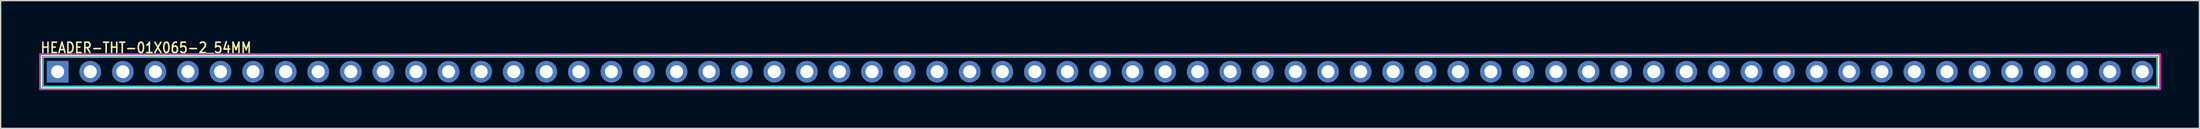
<source format=kicad_pcb>
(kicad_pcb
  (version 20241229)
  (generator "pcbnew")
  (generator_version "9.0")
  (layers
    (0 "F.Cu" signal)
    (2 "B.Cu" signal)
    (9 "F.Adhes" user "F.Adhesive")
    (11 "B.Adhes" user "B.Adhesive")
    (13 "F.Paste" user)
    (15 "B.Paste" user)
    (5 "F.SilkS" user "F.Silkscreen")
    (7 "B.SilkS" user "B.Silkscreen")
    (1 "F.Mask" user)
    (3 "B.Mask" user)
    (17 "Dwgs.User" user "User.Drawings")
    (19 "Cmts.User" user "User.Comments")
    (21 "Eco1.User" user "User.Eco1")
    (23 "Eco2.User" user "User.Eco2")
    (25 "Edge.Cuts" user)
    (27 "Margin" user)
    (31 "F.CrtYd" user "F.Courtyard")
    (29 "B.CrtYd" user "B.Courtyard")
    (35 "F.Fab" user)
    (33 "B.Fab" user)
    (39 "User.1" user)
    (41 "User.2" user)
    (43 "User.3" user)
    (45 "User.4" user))
  (footprint "HEADER-THT-01X065-2_54MM"
    (layer "F.Cu")
    (at 1.447 2.579)
    (property "Reference" "HEADER-THT-01X065-2_54MM" (at -1.4 -1.4 0) (unlocked yes) (layer "F.SilkS") (effects (font (size 0.813 0.695) (thickness 0.122)) (justify left bottom)))
    (fp_line (start -1.27 -1.27) (end -1.27 1.27) (stroke (width 0.127) (type solid)) (layer "F.SilkS"))
    (fp_line (start -1.27 1.27) (end 163.83 1.27) (stroke (width 0.127) (type solid)) (layer "F.SilkS"))
    (fp_line (start 163.83 -1.27) (end -1.27 -1.27) (stroke (width 0.127) (type solid)) (layer "F.SilkS"))
    (fp_line (start 163.83 1.27) (end 163.83 -1.27) (stroke (width 0.127) (type solid)) (layer "F.SilkS"))
    (fp_poly (pts (xy -1.143 -1.143) (xy 163.703 -1.143) (xy 163.703 1.143) (xy -1.143 1.143)) (stroke (width 0.1) (type solid)) (fill no) (layer "B.CrtYd"))
    (fp_poly (pts (xy -1.397 -1.397) (xy 163.957 -1.397) (xy 163.957 1.397) (xy -1.397 1.397)) (stroke (width 0.1) (type solid)) (fill no) (layer "F.CrtYd"))
    (pad "1" thru_hole rect (at 0 0) (size 1.693 1.693) (drill 1.016) (layers "*.Cu" "*.Mask"))
    (pad "2" thru_hole oval (at 2.54 0) (size 1.693 1.693) (drill 1.016) (layers "*.Cu" "*.Mask"))
    (pad "3" thru_hole oval (at 5.08 0) (size 1.693 1.693) (drill 1.016) (layers "*.Cu" "*.Mask"))
    (pad "4" thru_hole oval (at 7.62 0) (size 1.693 1.693) (drill 1.016) (layers "*.Cu" "*.Mask"))
    (pad "5" thru_hole oval (at 10.16 0) (size 1.693 1.693) (drill 1.016) (layers "*.Cu" "*.Mask"))
    (pad "6" thru_hole oval (at 12.7 0) (size 1.693 1.693) (drill 1.016) (layers "*.Cu" "*.Mask"))
    (pad "7" thru_hole oval (at 15.24 0) (size 1.693 1.693) (drill 1.016) (layers "*.Cu" "*.Mask"))
    (pad "8" thru_hole oval (at 17.78 0) (size 1.693 1.693) (drill 1.016) (layers "*.Cu" "*.Mask"))
    (pad "9" thru_hole oval (at 20.32 0) (size 1.693 1.693) (drill 1.016) (layers "*.Cu" "*.Mask"))
    (pad "10" thru_hole oval (at 22.86 0) (size 1.693 1.693) (drill 1.016) (layers "*.Cu" "*.Mask"))
    (pad "11" thru_hole oval (at 25.4 0) (size 1.693 1.693) (drill 1.016) (layers "*.Cu" "*.Mask"))
    (pad "12" thru_hole oval (at 27.94 0) (size 1.693 1.693) (drill 1.016) (layers "*.Cu" "*.Mask"))
    (pad "13" thru_hole oval (at 30.48 0) (size 1.693 1.693) (drill 1.016) (layers "*.Cu" "*.Mask"))
    (pad "14" thru_hole oval (at 33.02 0) (size 1.693 1.693) (drill 1.016) (layers "*.Cu" "*.Mask"))
    (pad "15" thru_hole oval (at 35.56 0) (size 1.693 1.693) (drill 1.016) (layers "*.Cu" "*.Mask"))
    (pad "16" thru_hole oval (at 38.1 0) (size 1.693 1.693) (drill 1.016) (layers "*.Cu" "*.Mask"))
    (pad "17" thru_hole oval (at 40.64 0) (size 1.693 1.693) (drill 1.016) (layers "*.Cu" "*.Mask"))
    (pad "18" thru_hole oval (at 43.18 0) (size 1.693 1.693) (drill 1.016) (layers "*.Cu" "*.Mask"))
    (pad "19" thru_hole oval (at 45.72 0) (size 1.693 1.693) (drill 1.016) (layers "*.Cu" "*.Mask"))
    (pad "20" thru_hole oval (at 48.26 0) (size 1.693 1.693) (drill 1.016) (layers "*.Cu" "*.Mask"))
    (pad "21" thru_hole oval (at 50.8 0) (size 1.693 1.693) (drill 1.016) (layers "*.Cu" "*.Mask"))
    (pad "22" thru_hole oval (at 53.34 0) (size 1.693 1.693) (drill 1.016) (layers "*.Cu" "*.Mask"))
    (pad "23" thru_hole oval (at 55.88 0) (size 1.693 1.693) (drill 1.016) (layers "*.Cu" "*.Mask"))
    (pad "24" thru_hole oval (at 58.42 0) (size 1.693 1.693) (drill 1.016) (layers "*.Cu" "*.Mask"))
    (pad "25" thru_hole oval (at 60.96 0) (size 1.693 1.693) (drill 1.016) (layers "*.Cu" "*.Mask"))
    (pad "26" thru_hole oval (at 63.5 0) (size 1.693 1.693) (drill 1.016) (layers "*.Cu" "*.Mask"))
    (pad "27" thru_hole oval (at 66.04 0) (size 1.693 1.693) (drill 1.016) (layers "*.Cu" "*.Mask"))
    (pad "28" thru_hole oval (at 68.58 0) (size 1.693 1.693) (drill 1.016) (layers "*.Cu" "*.Mask"))
    (pad "29" thru_hole oval (at 71.12 0) (size 1.693 1.693) (drill 1.016) (layers "*.Cu" "*.Mask"))
    (pad "30" thru_hole oval (at 73.66 0) (size 1.693 1.693) (drill 1.016) (layers "*.Cu" "*.Mask"))
    (pad "31" thru_hole oval (at 76.2 0) (size 1.693 1.693) (drill 1.016) (layers "*.Cu" "*.Mask"))
    (pad "32" thru_hole oval (at 78.74 0) (size 1.693 1.693) (drill 1.016) (layers "*.Cu" "*.Mask"))
    (pad "33" thru_hole oval (at 81.28 0) (size 1.693 1.693) (drill 1.016) (layers "*.Cu" "*.Mask"))
    (pad "34" thru_hole oval (at 83.82 0) (size 1.693 1.693) (drill 1.016) (layers "*.Cu" "*.Mask"))
    (pad "35" thru_hole oval (at 86.36 0) (size 1.693 1.693) (drill 1.016) (layers "*.Cu" "*.Mask"))
    (pad "36" thru_hole oval (at 88.9 0) (size 1.693 1.693) (drill 1.016) (layers "*.Cu" "*.Mask"))
    (pad "37" thru_hole oval (at 91.44 0) (size 1.693 1.693) (drill 1.016) (layers "*.Cu" "*.Mask"))
    (pad "38" thru_hole oval (at 93.98 0) (size 1.693 1.693) (drill 1.016) (layers "*.Cu" "*.Mask"))
    (pad "39" thru_hole oval (at 96.52 0) (size 1.693 1.693) (drill 1.016) (layers "*.Cu" "*.Mask"))
    (pad "40" thru_hole oval (at 99.06 0) (size 1.693 1.693) (drill 1.016) (layers "*.Cu" "*.Mask"))
    (pad "41" thru_hole oval (at 101.6 0) (size 1.693 1.693) (drill 1.016) (layers "*.Cu" "*.Mask"))
    (pad "42" thru_hole oval (at 104.14 0) (size 1.693 1.693) (drill 1.016) (layers "*.Cu" "*.Mask"))
    (pad "43" thru_hole oval (at 106.68 0) (size 1.693 1.693) (drill 1.016) (layers "*.Cu" "*.Mask"))
    (pad "44" thru_hole oval (at 109.22 0) (size 1.693 1.693) (drill 1.016) (layers "*.Cu" "*.Mask"))
    (pad "45" thru_hole oval (at 111.76 0) (size 1.693 1.693) (drill 1.016) (layers "*.Cu" "*.Mask"))
    (pad "46" thru_hole oval (at 114.3 0) (size 1.693 1.693) (drill 1.016) (layers "*.Cu" "*.Mask"))
    (pad "47" thru_hole oval (at 116.84 0) (size 1.693 1.693) (drill 1.016) (layers "*.Cu" "*.Mask"))
    (pad "48" thru_hole oval (at 119.38 0) (size 1.693 1.693) (drill 1.016) (layers "*.Cu" "*.Mask"))
    (pad "49" thru_hole oval (at 121.92 0) (size 1.693 1.693) (drill 1.016) (layers "*.Cu" "*.Mask"))
    (pad "50" thru_hole oval (at 124.46 0) (size 1.693 1.693) (drill 1.016) (layers "*.Cu" "*.Mask"))
    (pad "51" thru_hole oval (at 127 0) (size 1.693 1.693) (drill 1.016) (layers "*.Cu" "*.Mask"))
    (pad "52" thru_hole oval (at 129.54 0) (size 1.693 1.693) (drill 1.016) (layers "*.Cu" "*.Mask"))
    (pad "53" thru_hole oval (at 132.08 0) (size 1.693 1.693) (drill 1.016) (layers "*.Cu" "*.Mask"))
    (pad "54" thru_hole oval (at 134.62 0) (size 1.693 1.693) (drill 1.016) (layers "*.Cu" "*.Mask"))
    (pad "55" thru_hole oval (at 137.16 0) (size 1.693 1.693) (drill 1.016) (layers "*.Cu" "*.Mask"))
    (pad "56" thru_hole oval (at 139.7 0) (size 1.693 1.693) (drill 1.016) (layers "*.Cu" "*.Mask"))
    (pad "57" thru_hole oval (at 142.24 0) (size 1.693 1.693) (drill 1.016) (layers "*.Cu" "*.Mask"))
    (pad "58" thru_hole oval (at 144.78 0) (size 1.693 1.693) (drill 1.016) (layers "*.Cu" "*.Mask"))
    (pad "59" thru_hole oval (at 147.32 0) (size 1.693 1.693) (drill 1.016) (layers "*.Cu" "*.Mask"))
    (pad "60" thru_hole oval (at 149.86 0) (size 1.693 1.693) (drill 1.016) (layers "*.Cu" "*.Mask"))
    (pad "61" thru_hole oval (at 152.4 0) (size 1.693 1.693) (drill 1.016) (layers "*.Cu" "*.Mask"))
    (pad "62" thru_hole oval (at 154.94 0) (size 1.693 1.693) (drill 1.016) (layers "*.Cu" "*.Mask"))
    (pad "63" thru_hole oval (at 157.48 0) (size 1.693 1.693) (drill 1.016) (layers "*.Cu" "*.Mask"))
    (pad "64" thru_hole oval (at 160.02 0) (size 1.693 1.693) (drill 1.016) (layers "*.Cu" "*.Mask"))
    (pad "65" thru_hole oval (at 162.56 0) (size 1.693 1.693) (drill 1.016) (layers "*.Cu" "*.Mask")))
  (gr_rect
    (start -3 -3)
    (end 168.454 7.026)
    (stroke (width 0.1) (type default))
    (fill no)
    (layer "Edge.Cuts")))
</source>
